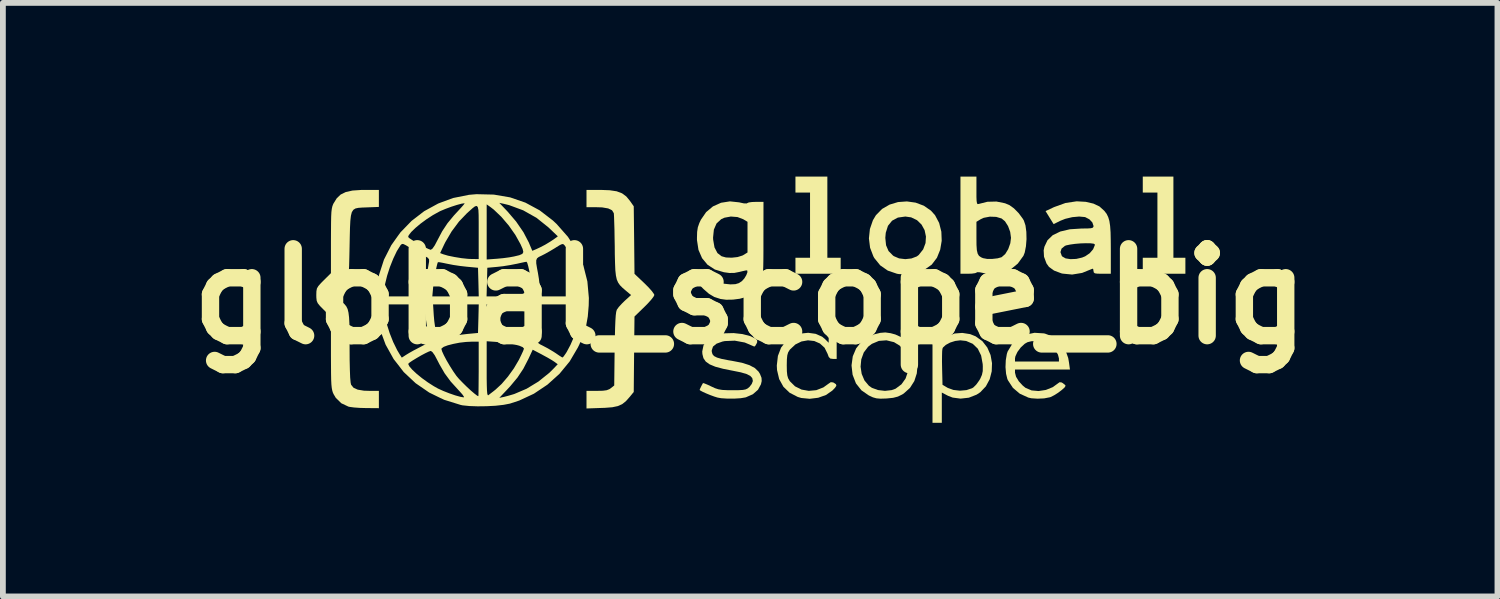
<source format=kicad_pcb>
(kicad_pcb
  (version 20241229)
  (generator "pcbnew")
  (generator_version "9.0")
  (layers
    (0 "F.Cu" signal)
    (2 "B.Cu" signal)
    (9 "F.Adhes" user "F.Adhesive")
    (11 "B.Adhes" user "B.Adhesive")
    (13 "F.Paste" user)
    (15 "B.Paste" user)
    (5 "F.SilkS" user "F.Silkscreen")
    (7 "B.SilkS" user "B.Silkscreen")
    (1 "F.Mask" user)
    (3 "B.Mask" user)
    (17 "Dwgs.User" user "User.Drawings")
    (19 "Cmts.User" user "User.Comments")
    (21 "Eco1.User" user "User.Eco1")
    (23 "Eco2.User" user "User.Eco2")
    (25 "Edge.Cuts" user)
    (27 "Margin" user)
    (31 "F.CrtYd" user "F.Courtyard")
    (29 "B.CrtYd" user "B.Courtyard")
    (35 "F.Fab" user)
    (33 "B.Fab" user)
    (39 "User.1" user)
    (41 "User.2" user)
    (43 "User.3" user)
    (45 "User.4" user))
  (footprint "global_scope_big"
    (layer "F.Cu")
    (at 9.907 2.069)
    (property "Reference" "global_scope_big" (at 0 0 0) (layer "F.SilkS") (effects (font (size 1.5 1.5) (thickness 0.3))))
    (attr board_only exclude_from_pos_files exclude_from_bom)
    (fp_poly (pts (xy 1.333 -1.368) (xy 1.333 -0.667) (xy 1.448 -0.667) (xy 1.563 -0.667) (xy 1.563 -0.529) (xy 1.563 -0.391) (xy 1.172 -0.391) (xy 0.782 -0.391) (xy 0.782 -0.529) (xy 0.782 -0.667) (xy 0.908 -0.667) (xy 1.034 -0.667) (xy 1.034 -1.23) (xy 1.034 -1.793) (xy 0.908 -1.793) (xy 0.782 -1.793) (xy 0.782 -1.931) (xy 0.782 -2.069) (xy 1.057 -2.069) (xy 1.333 -2.069)) (stroke (width 0) (type solid)) (fill yes) (layer "F.SilkS"))
    (fp_poly (pts (xy 7.31 -1.368) (xy 7.31 -0.667) (xy 7.413 -0.667) (xy 7.517 -0.667) (xy 7.517 -0.529) (xy 7.517 -0.391) (xy 7.149 -0.391) (xy 6.781 -0.391) (xy 6.781 -0.529) (xy 6.781 -0.667) (xy 6.907 -0.667) (xy 7.034 -0.667) (xy 7.034 -1.23) (xy 7.034 -1.793) (xy 6.907 -1.793) (xy 6.781 -1.793) (xy 6.781 -1.931) (xy 6.781 -2.069) (xy 7.045 -2.069) (xy 7.31 -2.069)) (stroke (width 0) (type solid)) (fill yes) (layer "F.SilkS"))
    (fp_poly (pts (xy 2.858 -1.619) (xy 2.999 -1.566) (xy 3.122 -1.481) (xy 3.193 -1.402) (xy 3.264 -1.268) (xy 3.302 -1.117) (xy 3.308 -0.96) (xy 3.282 -0.806) (xy 3.226 -0.667) (xy 3.138 -0.551) (xy 3.134 -0.547) (xy 3.019 -0.466) (xy 2.877 -0.409) (xy 2.722 -0.381) (xy 2.57 -0.385) (xy 2.535 -0.391) (xy 2.377 -0.445) (xy 2.246 -0.536) (xy 2.144 -0.662) (xy 2.128 -0.691) (xy 2.071 -0.84) (xy 2.051 -1.002) (xy 2.052 -1.011) (xy 2.334 -1.011) (xy 2.347 -0.883) (xy 2.39 -0.783) (xy 2.468 -0.704) (xy 2.483 -0.694) (xy 2.572 -0.656) (xy 2.679 -0.643) (xy 2.786 -0.655) (xy 2.878 -0.69) (xy 2.91 -0.714) (xy 2.988 -0.812) (xy 3.029 -0.921) (xy 3.036 -1.034) (xy 3.013 -1.143) (xy 2.96 -1.24) (xy 2.882 -1.316) (xy 2.78 -1.365) (xy 2.68 -1.379) (xy 2.551 -1.361) (xy 2.451 -1.307) (xy 2.38 -1.219) (xy 2.342 -1.099) (xy 2.334 -1.011) (xy 2.052 -1.011) (xy 2.068 -1.164) (xy 2.12 -1.315) (xy 2.172 -1.402) (xy 2.278 -1.51) (xy 2.408 -1.585) (xy 2.554 -1.629) (xy 2.707 -1.64)) (stroke (width 0) (type solid)) (fill yes) (layer "F.SilkS"))
    (fp_poly (pts (xy 2.426 0.636) (xy 2.507 0.658) (xy 2.64 0.719) (xy 2.745 0.81) (xy 2.822 0.924) (xy 2.871 1.054) (xy 2.89 1.192) (xy 2.878 1.33) (xy 2.835 1.463) (xy 2.76 1.581) (xy 2.652 1.678) (xy 2.625 1.695) (xy 2.551 1.731) (xy 2.47 1.752) (xy 2.363 1.763) (xy 2.347 1.764) (xy 2.25 1.767) (xy 2.181 1.761) (xy 2.12 1.744) (xy 2.049 1.711) (xy 1.921 1.622) (xy 1.827 1.503) (xy 1.77 1.356) (xy 1.769 1.353) (xy 1.753 1.214) (xy 1.907 1.214) (xy 1.926 1.339) (xy 1.974 1.452) (xy 2.051 1.544) (xy 2.103 1.58) (xy 2.208 1.618) (xy 2.328 1.632) (xy 2.444 1.619) (xy 2.511 1.595) (xy 2.613 1.519) (xy 2.684 1.419) (xy 2.724 1.302) (xy 2.734 1.179) (xy 2.714 1.057) (xy 2.665 0.946) (xy 2.586 0.853) (xy 2.485 0.791) (xy 2.354 0.759) (xy 2.223 0.769) (xy 2.102 0.82) (xy 2.038 0.869) (xy 1.962 0.969) (xy 1.919 1.088) (xy 1.907 1.214) (xy 1.753 1.214) (xy 1.751 1.19) (xy 1.772 1.036) (xy 1.83 0.899) (xy 1.921 0.783) (xy 2.042 0.696) (xy 2.142 0.656) (xy 2.247 0.63) (xy 2.335 0.623)) (stroke (width 0) (type solid)) (fill yes) (layer "F.SilkS"))
    (fp_poly (pts (xy 1.131 0.647) (xy 1.242 0.696) (xy 1.291 0.736) (xy 1.356 0.801) (xy 1.356 0.722) (xy 1.36 0.669) (xy 1.381 0.647) (xy 1.425 0.644) (xy 1.494 0.644) (xy 1.494 0.862) (xy 1.494 1.08) (xy 1.429 1.08) (xy 1.384 1.074) (xy 1.357 1.046) (xy 1.336 0.99) (xy 1.285 0.887) (xy 1.205 0.814) (xy 1.107 0.771) (xy 0.998 0.759) (xy 0.886 0.779) (xy 0.78 0.831) (xy 0.688 0.917) (xy 0.68 0.928) (xy 0.655 0.969) (xy 0.641 1.018) (xy 0.634 1.089) (xy 0.632 1.191) (xy 0.634 1.294) (xy 0.641 1.363) (xy 0.655 1.413) (xy 0.68 1.457) (xy 0.686 1.466) (xy 0.775 1.554) (xy 0.888 1.61) (xy 1.013 1.632) (xy 1.142 1.62) (xy 1.265 1.572) (xy 1.348 1.512) (xy 1.392 1.482) (xy 1.432 1.486) (xy 1.446 1.493) (xy 1.482 1.517) (xy 1.489 1.544) (xy 1.464 1.581) (xy 1.419 1.627) (xy 1.31 1.703) (xy 1.175 1.751) (xy 1.029 1.769) (xy 0.883 1.755) (xy 0.822 1.737) (xy 0.682 1.665) (xy 0.574 1.561) (xy 0.501 1.429) (xy 0.464 1.273) (xy 0.46 1.195) (xy 0.479 1.028) (xy 0.534 0.885) (xy 0.623 0.77) (xy 0.736 0.69) (xy 0.867 0.643) (xy 1.002 0.629)) (stroke (width 0) (type solid)) (fill yes) (layer "F.SilkS"))
    (fp_poly (pts (xy 3.799 0.652) (xy 3.894 0.69) (xy 4.01 0.773) (xy 4.096 0.884) (xy 4.152 1.013) (xy 4.177 1.153) (xy 4.172 1.295) (xy 4.137 1.431) (xy 4.071 1.554) (xy 3.974 1.656) (xy 3.91 1.698) (xy 3.777 1.75) (xy 3.634 1.766) (xy 3.497 1.748) (xy 3.419 1.718) (xy 3.31 1.661) (xy 3.31 1.922) (xy 3.31 2.184) (xy 3.23 2.184) (xy 3.149 2.184) (xy 3.149 1.414) (xy 3.149 1.123) (xy 3.313 1.123) (xy 3.315 1.238) (xy 3.315 1.241) (xy 3.322 1.527) (xy 3.413 1.581) (xy 3.51 1.616) (xy 3.623 1.629) (xy 3.736 1.619) (xy 3.832 1.587) (xy 3.856 1.572) (xy 3.905 1.523) (xy 3.955 1.454) (xy 3.973 1.424) (xy 4.003 1.356) (xy 4.017 1.291) (xy 4.018 1.208) (xy 4.016 1.169) (xy 3.989 1.021) (xy 3.931 0.903) (xy 3.844 0.819) (xy 3.73 0.77) (xy 3.629 0.759) (xy 3.541 0.77) (xy 3.453 0.798) (xy 3.379 0.838) (xy 3.33 0.883) (xy 3.321 0.904) (xy 3.316 0.946) (xy 3.314 1.022) (xy 3.313 1.123) (xy 3.149 1.123) (xy 3.149 0.644) (xy 3.23 0.644) (xy 3.285 0.649) (xy 3.307 0.669) (xy 3.31 0.69) (xy 3.312 0.722) (xy 3.324 0.732) (xy 3.356 0.719) (xy 3.418 0.684) (xy 3.532 0.641) (xy 3.664 0.631)) (stroke (width 0) (type solid)) (fill yes) (layer "F.SilkS"))
    (fp_poly (pts (xy 3.908 -1.825) (xy 3.908 -1.717) (xy 3.911 -1.647) (xy 3.918 -1.608) (xy 3.928 -1.594) (xy 3.945 -1.596) (xy 3.946 -1.596) (xy 4.097 -1.634) (xy 4.254 -1.638) (xy 4.402 -1.608) (xy 4.477 -1.577) (xy 4.556 -1.52) (xy 4.638 -1.437) (xy 4.708 -1.342) (xy 4.727 -1.31) (xy 4.755 -1.226) (xy 4.77 -1.114) (xy 4.773 -0.988) (xy 4.763 -0.864) (xy 4.742 -0.757) (xy 4.72 -0.701) (xy 4.623 -0.567) (xy 4.5 -0.466) (xy 4.358 -0.403) (xy 4.203 -0.38) (xy 4.041 -0.4) (xy 4.034 -0.402) (xy 3.966 -0.416) (xy 3.921 -0.418) (xy 3.912 -0.412) (xy 3.886 -0.401) (xy 3.829 -0.393) (xy 3.768 -0.391) (xy 3.632 -0.391) (xy 3.632 -1.015) (xy 3.908 -1.015) (xy 3.909 -0.888) (xy 3.915 -0.799) (xy 3.929 -0.739) (xy 3.952 -0.7) (xy 3.988 -0.675) (xy 4.023 -0.66) (xy 4.092 -0.647) (xy 4.183 -0.647) (xy 4.273 -0.657) (xy 4.341 -0.676) (xy 4.343 -0.677) (xy 4.405 -0.731) (xy 4.457 -0.816) (xy 4.493 -0.917) (xy 4.505 -1.011) (xy 4.491 -1.114) (xy 4.454 -1.214) (xy 4.401 -1.297) (xy 4.343 -1.345) (xy 4.249 -1.373) (xy 4.139 -1.377) (xy 4.034 -1.357) (xy 3.982 -1.333) (xy 3.908 -1.288) (xy 3.908 -1.015) (xy 3.632 -1.015) (xy 3.632 -1.23) (xy 3.632 -2.069) (xy 3.77 -2.069) (xy 3.908 -2.069)) (stroke (width 0) (type solid)) (fill yes) (layer "F.SilkS"))
    (fp_poly (pts (xy 5.07 0.639) (xy 5.091 0.643) (xy 5.236 0.697) (xy 5.352 0.786) (xy 5.438 0.909) (xy 5.493 1.064) (xy 5.507 1.144) (xy 5.523 1.264) (xy 5.048 1.264) (xy 4.574 1.264) (xy 4.574 1.318) (xy 4.592 1.388) (xy 4.64 1.467) (xy 4.708 1.541) (xy 4.756 1.58) (xy 4.86 1.624) (xy 4.981 1.635) (xy 5.107 1.616) (xy 5.226 1.568) (xy 5.302 1.513) (xy 5.343 1.483) (xy 5.378 1.486) (xy 5.399 1.498) (xy 5.436 1.527) (xy 5.448 1.544) (xy 5.43 1.574) (xy 5.383 1.616) (xy 5.32 1.664) (xy 5.252 1.707) (xy 5.191 1.738) (xy 5.175 1.743) (xy 5.077 1.762) (xy 4.963 1.767) (xy 4.856 1.76) (xy 4.804 1.748) (xy 4.657 1.681) (xy 4.538 1.58) (xy 4.452 1.449) (xy 4.442 1.427) (xy 4.42 1.337) (xy 4.41 1.222) (xy 4.414 1.126) (xy 4.574 1.126) (xy 4.954 1.126) (xy 5.333 1.126) (xy 5.333 1.072) (xy 5.316 1.006) (xy 5.27 0.929) (xy 5.207 0.855) (xy 5.165 0.818) (xy 5.111 0.788) (xy 5.041 0.774) (xy 4.954 0.77) (xy 4.857 0.775) (xy 4.791 0.791) (xy 4.743 0.818) (xy 4.673 0.883) (xy 4.616 0.96) (xy 4.581 1.035) (xy 4.574 1.072) (xy 4.574 1.126) (xy 4.414 1.126) (xy 4.415 1.102) (xy 4.433 0.995) (xy 4.447 0.952) (xy 4.524 0.825) (xy 4.632 0.726) (xy 4.763 0.66) (xy 4.912 0.629)) (stroke (width 0) (type solid)) (fill yes) (layer "F.SilkS"))
    (fp_poly (pts (xy -2.426 -1.833) (xy -2.306 -1.815) (xy -2.213 -1.78) (xy -2.14 -1.726) (xy -2.077 -1.65) (xy -2.011 -1.556) (xy -2.004 -0.972) (xy -1.998 -0.389) (xy -1.826 -0.226) (xy -1.754 -0.154) (xy -1.697 -0.09) (xy -1.663 -0.042) (xy -1.655 -0.024) (xy -1.671 0.008) (xy -1.713 0.062) (xy -1.775 0.13) (xy -1.826 0.181) (xy -1.998 0.348) (xy -2.005 0.999) (xy -2.011 1.651) (xy -2.083 1.739) (xy -2.147 1.811) (xy -2.212 1.862) (xy -2.286 1.895) (xy -2.381 1.915) (xy -2.508 1.925) (xy -2.569 1.927) (xy -2.827 1.936) (xy -2.827 1.784) (xy -2.827 1.632) (xy -2.647 1.632) (xy -2.546 1.63) (xy -2.479 1.621) (xy -2.432 1.603) (xy -2.407 1.586) (xy -2.348 1.539) (xy -2.341 0.913) (xy -2.337 0.708) (xy -2.333 0.546) (xy -2.328 0.421) (xy -2.322 0.329) (xy -2.314 0.268) (xy -2.304 0.233) (xy -2.303 0.23) (xy -2.269 0.183) (xy -2.214 0.123) (xy -2.165 0.075) (xy -2.057 -0.023) (xy -2.156 -0.106) (xy -2.209 -0.152) (xy -2.25 -0.194) (xy -2.281 -0.239) (xy -2.304 -0.292) (xy -2.319 -0.361) (xy -2.329 -0.452) (xy -2.334 -0.572) (xy -2.338 -0.726) (xy -2.339 -0.862) (xy -2.342 -1.016) (xy -2.344 -1.156) (xy -2.348 -1.276) (xy -2.351 -1.368) (xy -2.354 -1.425) (xy -2.356 -1.438) (xy -2.386 -1.487) (xy -2.452 -1.519) (xy -2.557 -1.537) (xy -2.656 -1.54) (xy -2.827 -1.54) (xy -2.827 -1.69) (xy -2.827 -1.839) (xy -2.582 -1.839)) (stroke (width 0) (type solid)) (fill yes) (layer "F.SilkS"))
    (fp_poly (pts (xy 5.796 -1.633) (xy 5.93 -1.602) (xy 6.033 -1.553) (xy 6.114 -1.48) (xy 6.122 -1.471) (xy 6.158 -1.423) (xy 6.184 -1.369) (xy 6.204 -1.303) (xy 6.217 -1.217) (xy 6.225 -1.105) (xy 6.228 -0.959) (xy 6.229 -0.81) (xy 6.229 -0.391) (xy 6.08 -0.391) (xy 5.999 -0.392) (xy 5.954 -0.398) (xy 5.935 -0.413) (xy 5.93 -0.439) (xy 5.93 -0.439) (xy 5.924 -0.473) (xy 5.913 -0.478) (xy 5.733 -0.405) (xy 5.561 -0.377) (xy 5.397 -0.393) (xy 5.375 -0.398) (xy 5.248 -0.446) (xy 5.161 -0.509) (xy 5.118 -0.569) (xy 5.075 -0.685) (xy 5.071 -0.764) (xy 5.359 -0.764) (xy 5.382 -0.7) (xy 5.392 -0.688) (xy 5.448 -0.656) (xy 5.532 -0.643) (xy 5.631 -0.647) (xy 5.732 -0.67) (xy 5.786 -0.692) (xy 5.864 -0.745) (xy 5.923 -0.813) (xy 5.952 -0.883) (xy 5.953 -0.898) (xy 5.933 -0.91) (xy 5.877 -0.917) (xy 5.797 -0.918) (xy 5.705 -0.915) (xy 5.611 -0.907) (xy 5.525 -0.895) (xy 5.459 -0.881) (xy 5.436 -0.872) (xy 5.378 -0.825) (xy 5.359 -0.764) (xy 5.071 -0.764) (xy 5.069 -0.794) (xy 5.082 -0.857) (xy 5.135 -0.969) (xy 5.226 -1.057) (xy 5.356 -1.12) (xy 5.522 -1.159) (xy 5.725 -1.172) (xy 5.731 -1.172) (xy 5.827 -1.173) (xy 5.886 -1.177) (xy 5.917 -1.186) (xy 5.929 -1.202) (xy 5.93 -1.218) (xy 5.91 -1.277) (xy 5.859 -1.331) (xy 5.79 -1.367) (xy 5.781 -1.37) (xy 5.682 -1.379) (xy 5.562 -1.368) (xy 5.441 -1.339) (xy 5.358 -1.306) (xy 5.241 -1.248) (xy 5.171 -1.361) (xy 5.102 -1.473) (xy 5.249 -1.542) (xy 5.446 -1.613) (xy 5.639 -1.642)) (stroke (width 0) (type solid)) (fill yes) (layer "F.SilkS"))
    (fp_poly (pts (xy -0.134 0.651) (xy 0.001 0.686) (xy 0.086 0.727) (xy 0.12 0.756) (xy 0.121 0.792) (xy 0.11 0.817) (xy 0.087 0.856) (xy 0.071 0.867) (xy -0.093 0.797) (xy -0.266 0.765) (xy -0.437 0.772) (xy -0.478 0.78) (xy -0.581 0.817) (xy -0.642 0.867) (xy -0.664 0.933) (xy -0.663 0.957) (xy -0.651 0.999) (xy -0.624 1.031) (xy -0.573 1.057) (xy -0.493 1.08) (xy -0.376 1.103) (xy -0.31 1.114) (xy -0.141 1.147) (xy -0.013 1.188) (xy 0.081 1.238) (xy 0.145 1.3) (xy 0.17 1.341) (xy 0.196 1.407) (xy 0.199 1.463) (xy 0.186 1.519) (xy 0.135 1.613) (xy 0.047 1.69) (xy -0.071 1.742) (xy -0.08 1.745) (xy -0.164 1.759) (xy -0.275 1.766) (xy -0.393 1.766) (xy -0.501 1.759) (xy -0.563 1.748) (xy -0.618 1.731) (xy -0.689 1.705) (xy -0.762 1.675) (xy -0.825 1.646) (xy -0.865 1.624) (xy -0.873 1.616) (xy -0.864 1.591) (xy -0.843 1.548) (xy -0.822 1.509) (xy -0.814 1.497) (xy -0.792 1.503) (xy -0.74 1.524) (xy -0.674 1.555) (xy -0.607 1.586) (xy -0.548 1.605) (xy -0.482 1.616) (xy -0.396 1.62) (xy -0.306 1.621) (xy -0.199 1.62) (xy -0.126 1.616) (xy -0.079 1.607) (xy -0.045 1.591) (xy -0.014 1.565) (xy -0.013 1.565) (xy 0.027 1.513) (xy 0.046 1.463) (xy 0.046 1.459) (xy 0.036 1.411) (xy 0.001 1.373) (xy -0.063 1.341) (xy -0.162 1.312) (xy -0.291 1.286) (xy -0.467 1.251) (xy -0.602 1.215) (xy -0.7 1.174) (xy -0.767 1.126) (xy -0.807 1.068) (xy -0.825 0.997) (xy -0.828 0.952) (xy -0.806 0.846) (xy -0.745 0.757) (xy -0.649 0.69) (xy -0.581 0.664) (xy -0.44 0.638) (xy -0.286 0.634)) (stroke (width 0) (type solid)) (fill yes) (layer "F.SilkS"))
    (fp_poly (pts (xy -0.189 -1.624) (xy -0.178 -1.621) (xy -0.107 -1.606) (xy -0.061 -1.605) (xy -0.05 -1.611) (xy -0.025 -1.622) (xy 0.033 -1.63) (xy 0.094 -1.632) (xy 0.23 -1.632) (xy 0.229 -0.983) (xy 0.229 -0.789) (xy 0.228 -0.637) (xy 0.226 -0.518) (xy 0.222 -0.428) (xy 0.217 -0.362) (xy 0.21 -0.313) (xy 0.2 -0.275) (xy 0.188 -0.243) (xy 0.187 -0.24) (xy 0.118 -0.136) (xy 0.019 -0.045) (xy -0.086 0.015) (xy -0.18 0.041) (xy -0.297 0.056) (xy -0.415 0.058) (xy -0.512 0.045) (xy -0.62 0.01) (xy -0.711 -0.044) (xy -0.804 -0.125) (xy -0.822 -0.143) (xy -0.919 -0.243) (xy -0.81 -0.325) (xy -0.7 -0.407) (xy -0.658 -0.351) (xy -0.568 -0.266) (xy -0.455 -0.219) (xy -0.341 -0.207) (xy -0.255 -0.211) (xy -0.195 -0.229) (xy -0.142 -0.264) (xy -0.1 -0.311) (xy -0.066 -0.368) (xy -0.047 -0.419) (xy -0.051 -0.449) (xy -0.075 -0.448) (xy -0.13 -0.436) (xy -0.183 -0.423) (xy -0.274 -0.405) (xy -0.359 -0.404) (xy -0.454 -0.417) (xy -0.61 -0.464) (xy -0.736 -0.546) (xy -0.831 -0.66) (xy -0.893 -0.803) (xy -0.919 -0.973) (xy -0.919 -1.012) (xy -0.919 -1.015) (xy -0.641 -1.015) (xy -0.639 -0.977) (xy -0.616 -0.845) (xy -0.565 -0.748) (xy -0.494 -0.693) (xy -0.418 -0.672) (xy -0.319 -0.668) (xy -0.218 -0.679) (xy -0.135 -0.705) (xy -0.121 -0.712) (xy -0.046 -0.758) (xy -0.046 -1.023) (xy -0.046 -1.288) (xy -0.121 -1.333) (xy -0.219 -1.37) (xy -0.334 -1.379) (xy -0.444 -1.359) (xy -0.501 -1.333) (xy -0.581 -1.259) (xy -0.627 -1.153) (xy -0.641 -1.015) (xy -0.919 -1.015) (xy -0.916 -1.115) (xy -0.904 -1.193) (xy -0.878 -1.267) (xy -0.851 -1.324) (xy -0.761 -1.455) (xy -0.643 -1.554) (xy -0.503 -1.617) (xy -0.35 -1.641)) (stroke (width 0) (type solid)) (fill yes) (layer "F.SilkS"))
    (fp_poly (pts (xy -6.413 -1.692) (xy -6.413 -1.545) (xy -6.619 -1.537) (xy -6.702 -1.534) (xy -6.768 -1.529) (xy -6.818 -1.518) (xy -6.854 -1.495) (xy -6.88 -1.455) (xy -6.896 -1.393) (xy -6.906 -1.304) (xy -6.912 -1.184) (xy -6.916 -1.027) (xy -6.919 -0.866) (xy -6.923 -0.677) (xy -6.927 -0.528) (xy -6.933 -0.413) (xy -6.943 -0.327) (xy -6.957 -0.262) (xy -6.978 -0.214) (xy -7.005 -0.176) (xy -7.042 -0.143) (xy -7.089 -0.108) (xy -7.101 -0.1) (xy -7.155 -0.06) (xy -7.188 -0.031) (xy -7.194 -0.023) (xy -7.177 -0.004) (xy -7.134 0.032) (xy -7.101 0.057) (xy -7.049 0.097) (xy -7.008 0.133) (xy -6.976 0.172) (xy -6.953 0.219) (xy -6.938 0.281) (xy -6.928 0.363) (xy -6.922 0.471) (xy -6.92 0.611) (xy -6.919 0.79) (xy -6.919 0.869) (xy -6.918 1.093) (xy -6.914 1.27) (xy -6.909 1.402) (xy -6.901 1.489) (xy -6.893 1.526) (xy -6.851 1.578) (xy -6.779 1.611) (xy -6.67 1.629) (xy -6.571 1.632) (xy -6.413 1.632) (xy -6.413 1.781) (xy -6.413 1.931) (xy -6.637 1.929) (xy -6.744 1.926) (xy -6.842 1.919) (xy -6.916 1.909) (xy -6.939 1.904) (xy -7.062 1.846) (xy -7.157 1.753) (xy -7.195 1.689) (xy -7.209 1.658) (xy -7.219 1.623) (xy -7.227 1.58) (xy -7.233 1.522) (xy -7.237 1.442) (xy -7.239 1.336) (xy -7.24 1.198) (xy -7.241 1.02) (xy -7.241 0.975) (xy -7.241 0.355) (xy -7.367 0.23) (xy -7.431 0.165) (xy -7.469 0.118) (xy -7.487 0.076) (xy -7.493 0.023) (xy -7.494 -0.023) (xy -7.492 -0.089) (xy -7.483 -0.137) (xy -7.458 -0.179) (xy -7.412 -0.231) (xy -7.367 -0.276) (xy -7.241 -0.401) (xy -7.241 -0.96) (xy -7.24 -1.137) (xy -7.239 -1.275) (xy -7.237 -1.379) (xy -7.233 -1.457) (xy -7.226 -1.513) (xy -7.217 -1.554) (xy -7.205 -1.587) (xy -7.197 -1.604) (xy -7.141 -1.694) (xy -7.073 -1.759) (xy -6.985 -1.802) (xy -6.869 -1.828) (xy -6.72 -1.838) (xy -6.655 -1.839) (xy -6.413 -1.839)) (stroke (width 0) (type solid)) (fill yes) (layer "F.SilkS"))
    (fp_poly (pts (xy -4.428 -1.758) (xy -4.146 -1.71) (xy -3.882 -1.619) (xy -3.636 -1.486) (xy -3.407 -1.31) (xy -3.343 -1.25) (xy -3.148 -1.029) (xy -2.993 -0.789) (xy -2.881 -0.532) (xy -2.812 -0.259) (xy -2.786 0.028) (xy -2.789 0.16) (xy -2.805 0.349) (xy -2.834 0.511) (xy -2.882 0.667) (xy -2.952 0.834) (xy -2.977 0.885) (xy -3.117 1.123) (xy -3.294 1.338) (xy -3.502 1.525) (xy -3.735 1.681) (xy -3.988 1.799) (xy -4.149 1.852) (xy -4.258 1.873) (xy -4.397 1.889) (xy -4.551 1.897) (xy -4.707 1.899) (xy -4.85 1.894) (xy -4.968 1.882) (xy -5 1.875) (xy -5.283 1.787) (xy -5.356 1.753) (xy -4.333 1.753) (xy -4.252 1.736) (xy -4.179 1.717) (xy -4.093 1.692) (xy -4.069 1.684) (xy -3.861 1.595) (xy -3.657 1.471) (xy -3.47 1.321) (xy -3.403 1.255) (xy -3.324 1.172) (xy -3.378 1.132) (xy -3.424 1.102) (xy -3.497 1.059) (xy -3.582 1.013) (xy -3.594 1.006) (xy -3.756 0.921) (xy -3.83 1.08) (xy -3.918 1.25) (xy -4.019 1.402) (xy -4.144 1.552) (xy -4.194 1.606) (xy -4.333 1.753) (xy -5.356 1.753) (xy -5.544 1.661) (xy -5.778 1.5) (xy -5.984 1.307) (xy -6.092 1.167) (xy -5.907 1.167) (xy -5.887 1.208) (xy -5.836 1.267) (xy -5.761 1.337) (xy -5.669 1.412) (xy -5.568 1.485) (xy -5.465 1.551) (xy -5.392 1.592) (xy -5.302 1.633) (xy -5.198 1.674) (xy -5.094 1.71) (xy -5.004 1.735) (xy -4.945 1.745) (xy -4.945 1.731) (xy -4.972 1.692) (xy -5.022 1.636) (xy -5.044 1.612) (xy -5.174 1.469) (xy -5.277 1.329) (xy -5.366 1.175) (xy -5.401 1.107) (xy -5.448 1.018) (xy -5.488 0.962) (xy -5.516 0.942) (xy -5.55 0.953) (xy -5.609 0.981) (xy -5.683 1.02) (xy -5.76 1.065) (xy -5.831 1.108) (xy -5.883 1.143) (xy -5.906 1.165) (xy -5.907 1.167) (xy -6.092 1.167) (xy -6.158 1.083) (xy -6.297 0.833) (xy -6.398 0.559) (xy -6.424 0.46) (xy -6.449 0.301) (xy -6.457 0.138) (xy -6.321 0.138) (xy -6.321 0.22) (xy -6.309 0.337) (xy -6.276 0.479) (xy -6.227 0.634) (xy -6.166 0.788) (xy -6.097 0.929) (xy -6.051 1.006) (xy -6.017 1.058) (xy -5.945 1.011) (xy -5.889 0.977) (xy -5.809 0.932) (xy -5.762 0.908) (xy -5.333 0.908) (xy -5.321 0.95) (xy -5.289 1.02) (xy -5.243 1.107) (xy -5.187 1.202) (xy -5.129 1.294) (xy -5.074 1.373) (xy -5.074 1.373) (xy -5.029 1.426) (xy -4.966 1.491) (xy -4.895 1.561) (xy -4.824 1.627) (xy -4.76 1.681) (xy -4.714 1.716) (xy -4.695 1.724) (xy -4.693 1.702) (xy -4.692 1.641) (xy -4.691 1.548) (xy -4.69 1.429) (xy -4.689 1.291) (xy -4.689 1.253) (xy -4.689 0.782) (xy -4.8 0.782) (xy -4.908 0.787) (xy -5.021 0.8) (xy -5.128 0.821) (xy -5.222 0.845) (xy -5.292 0.871) (xy -5.329 0.898) (xy -5.333 0.908) (xy -5.762 0.908) (xy -5.719 0.885) (xy -5.705 0.878) (xy -5.621 0.834) (xy -5.572 0.803) (xy -5.549 0.777) (xy -5.549 0.775) (xy -4.551 0.775) (xy -4.551 1.252) (xy -4.551 1.416) (xy -4.549 1.539) (xy -4.546 1.625) (xy -4.541 1.679) (xy -4.533 1.705) (xy -4.524 1.708) (xy -4.523 1.708) (xy -4.489 1.681) (xy -4.434 1.639) (xy -4.399 1.611) (xy -4.293 1.513) (xy -4.184 1.386) (xy -4.081 1.243) (xy -3.995 1.097) (xy -3.991 1.089) (xy -3.952 1.009) (xy -3.922 0.944) (xy -3.908 0.905) (xy -3.908 0.9) (xy -3.929 0.877) (xy -3.988 0.852) (xy -4.075 0.829) (xy -4.183 0.808) (xy -4.302 0.793) (xy -4.35 0.789) (xy -4.551 0.775) (xy -5.549 0.775) (xy -5.547 0.76) (xy -3.701 0.76) (xy -3.681 0.791) (xy -3.628 0.829) (xy -3.584 0.851) (xy -3.493 0.899) (xy -3.397 0.956) (xy -3.36 0.98) (xy -3.3 1.021) (xy -3.256 1.049) (xy -3.241 1.056) (xy -3.223 1.039) (xy -3.191 0.994) (xy -3.169 0.96) (xy -3.104 0.838) (xy -3.042 0.695) (xy -2.989 0.543) (xy -2.948 0.396) (xy -2.924 0.267) (xy -2.919 0.201) (xy -2.919 0.138) (xy -3.276 0.138) (xy -3.632 0.138) (xy -3.632 0.251) (xy -3.636 0.331) (xy -3.648 0.434) (xy -3.665 0.539) (xy -3.666 0.544) (xy -3.683 0.634) (xy -3.695 0.709) (xy -3.701 0.755) (xy -3.701 0.76) (xy -5.547 0.76) (xy -5.545 0.749) (xy -5.547 0.736) (xy -5.565 0.627) (xy -5.585 0.504) (xy -5.603 0.382) (xy -5.618 0.281) (xy -5.622 0.247) (xy -5.634 0.138) (xy -5.477 0.138) (xy -5.465 0.328) (xy -5.456 0.428) (xy -5.442 0.528) (xy -5.426 0.619) (xy -5.409 0.69) (xy -5.393 0.73) (xy -5.386 0.736) (xy -5.361 0.731) (xy -5.302 0.718) (xy -5.224 0.701) (xy -5.222 0.7) (xy -5.118 0.68) (xy -4.995 0.662) (xy -4.884 0.649) (xy -4.701 0.632) (xy -4.694 0.385) (xy -4.688 0.138) (xy -4.553 0.138) (xy -4.546 0.385) (xy -4.54 0.632) (xy -4.354 0.649) (xy -4.243 0.662) (xy -4.128 0.68) (xy -4.034 0.698) (xy -4.033 0.699) (xy -3.956 0.717) (xy -3.896 0.729) (xy -3.87 0.734) (xy -3.853 0.713) (xy -3.834 0.655) (xy -3.813 0.568) (xy -3.807 0.534) (xy -3.789 0.43) (xy -3.777 0.329) (xy -3.77 0.251) (xy -3.77 0.236) (xy -3.77 0.138) (xy -4.161 0.138) (xy -4.553 0.138) (xy -4.688 0.138) (xy -5.082 0.138) (xy -5.477 0.138) (xy -5.634 0.138) (xy -5.978 0.138) (xy -6.321 0.138) (xy -6.457 0.138) (xy -6.458 0.117) (xy -6.455 0) (xy -6.321 0) (xy -5.978 0) (xy -5.634 0) (xy -5.49 0) (xy -5.089 0) (xy -4.688 0) (xy -4.553 0) (xy -4.161 0) (xy -3.77 0) (xy -3.77 -0.098) (xy -3.774 -0.167) (xy -3.784 -0.254) (xy -3.799 -0.35) (xy -3.816 -0.443) (xy -3.834 -0.523) (xy -3.85 -0.578) (xy -3.863 -0.598) (xy -3.893 -0.593) (xy -3.955 -0.58) (xy -4.035 -0.562) (xy -4.037 -0.562) (xy -4.144 -0.541) (xy -4.268 -0.521) (xy -4.366 -0.51) (xy -4.54 -0.494) (xy -4.546 -0.247) (xy -4.553 0) (xy -4.688 0) (xy -4.694 -0.247) (xy -4.701 -0.494) (xy -4.893 -0.512) (xy -5.008 -0.525) (xy -5.129 -0.543) (xy -5.231 -0.563) (xy -5.236 -0.564) (xy -5.313 -0.58) (xy -5.37 -0.59) (xy -5.394 -0.59) (xy -5.404 -0.562) (xy -5.419 -0.5) (xy -5.436 -0.415) (xy -5.452 -0.32) (xy -5.467 -0.226) (xy -5.477 -0.145) (xy -5.478 -0.132) (xy -5.49 0) (xy -5.634 0) (xy -5.622 -0.109) (xy -5.61 -0.197) (xy -5.593 -0.312) (xy -5.574 -0.438) (xy -5.554 -0.555) (xy -5.546 -0.599) (xy -5.546 -0.624) (xy -3.695 -0.624) (xy -3.695 -0.571) (xy -3.682 -0.49) (xy -3.666 -0.406) (xy -3.649 -0.302) (xy -3.637 -0.198) (xy -3.632 -0.116) (xy -3.632 -0.113) (xy -3.632 0) (xy -3.276 0) (xy -2.919 0) (xy -2.919 -0.063) (xy -2.93 -0.163) (xy -2.959 -0.29) (xy -3.001 -0.432) (xy -3.052 -0.576) (xy -3.108 -0.71) (xy -3.165 -0.821) (xy -3.204 -0.88) (xy -3.224 -0.9) (xy -3.247 -0.904) (xy -3.284 -0.888) (xy -3.345 -0.851) (xy -3.371 -0.834) (xy -3.458 -0.782) (xy -3.545 -0.733) (xy -3.604 -0.703) (xy -3.652 -0.68) (xy -3.681 -0.657) (xy -3.695 -0.624) (xy -5.546 -0.624) (xy -5.546 -0.638) (xy -5.567 -0.666) (xy -5.62 -0.696) (xy -5.635 -0.702) (xy -5.708 -0.739) (xy -5.723 -0.748) (xy -5.355 -0.748) (xy -5.304 -0.728) (xy -5.219 -0.703) (xy -5.107 -0.68) (xy -4.985 -0.66) (xy -4.871 -0.648) (xy -4.821 -0.646) (xy -4.689 -0.644) (xy -4.689 -1.116) (xy -4.689 -1.282) (xy -4.69 -1.406) (xy -4.694 -1.492) (xy -4.705 -1.543) (xy -4.723 -1.562) (xy -4.753 -1.555) (xy -4.795 -1.523) (xy -4.852 -1.472) (xy -4.893 -1.435) (xy -5.029 -1.293) (xy -5.157 -1.121) (xy -5.265 -0.937) (xy -5.286 -0.895) (xy -5.355 -0.748) (xy -5.723 -0.748) (xy -5.797 -0.79) (xy -5.871 -0.836) (xy -5.943 -0.881) (xy -5.987 -0.903) (xy -6.013 -0.906) (xy -6.032 -0.891) (xy -6.04 -0.882) (xy -6.103 -0.781) (xy -6.165 -0.651) (xy -6.223 -0.505) (xy -6.271 -0.356) (xy -6.305 -0.217) (xy -6.321 -0.101) (xy -6.321 -0.082) (xy -6.321 0) (xy -6.455 0) (xy -6.453 -0.076) (xy -6.433 -0.26) (xy -6.412 -0.366) (xy -6.325 -0.635) (xy -6.199 -0.883) (xy -6.098 -1.026) (xy -5.908 -1.026) (xy -5.889 -1.007) (xy -5.84 -0.974) (xy -5.771 -0.933) (xy -5.694 -0.889) (xy -5.62 -0.849) (xy -5.558 -0.819) (xy -5.52 -0.805) (xy -5.516 -0.805) (xy -5.487 -0.825) (xy -5.447 -0.883) (xy -5.403 -0.967) (xy -5.32 -1.124) (xy -5.228 -1.263) (xy -5.114 -1.401) (xy -5.048 -1.472) (xy -4.99 -1.535) (xy -4.949 -1.582) (xy -4.944 -1.589) (xy -4.551 -1.589) (xy -4.551 -1.113) (xy -4.551 -0.637) (xy -4.373 -0.65) (xy -4.268 -0.66) (xy -4.162 -0.674) (xy -4.08 -0.689) (xy -3.988 -0.711) (xy -3.935 -0.734) (xy -3.918 -0.766) (xy -3.93 -0.819) (xy -3.966 -0.9) (xy -4.056 -1.062) (xy -4.17 -1.224) (xy -4.298 -1.374) (xy -4.429 -1.499) (xy -4.486 -1.543) (xy -4.551 -1.589) (xy -4.944 -1.589) (xy -4.932 -1.607) (xy -4.932 -1.609) (xy -4.985 -1.601) (xy -5.067 -1.579) (xy -5.163 -1.548) (xy -5.26 -1.512) (xy -5.344 -1.477) (xy -5.365 -1.467) (xy -5.476 -1.406) (xy -5.587 -1.334) (xy -5.692 -1.257) (xy -5.783 -1.181) (xy -5.854 -1.112) (xy -5.898 -1.055) (xy -5.908 -1.026) (xy -6.098 -1.026) (xy -6.039 -1.107) (xy -5.848 -1.304) (xy -5.631 -1.471) (xy -5.39 -1.603) (xy -5.359 -1.615) (xy -4.333 -1.615) (xy -4.192 -1.467) (xy -4.043 -1.293) (xy -3.916 -1.108) (xy -3.821 -0.926) (xy -3.815 -0.91) (xy -3.763 -0.787) (xy -3.692 -0.817) (xy -3.626 -0.848) (xy -3.549 -0.888) (xy -3.528 -0.9) (xy -3.457 -0.943) (xy -3.393 -0.985) (xy -3.378 -0.996) (xy -3.322 -1.037) (xy -3.486 -1.193) (xy -3.691 -1.357) (xy -3.92 -1.486) (xy -4.163 -1.576) (xy -4.252 -1.598) (xy -4.333 -1.615) (xy -5.359 -1.615) (xy -5.131 -1.699) (xy -4.857 -1.754) (xy -4.728 -1.765)) (stroke (width 0) (type solid)) (fill yes) (layer "F.SilkS")))
  (gr_rect
    (start -3 -3)
    (end 22.814 7.252)
    (stroke (width 0.1) (type default))
    (fill no)
    (layer "Edge.Cuts")))
</source>
